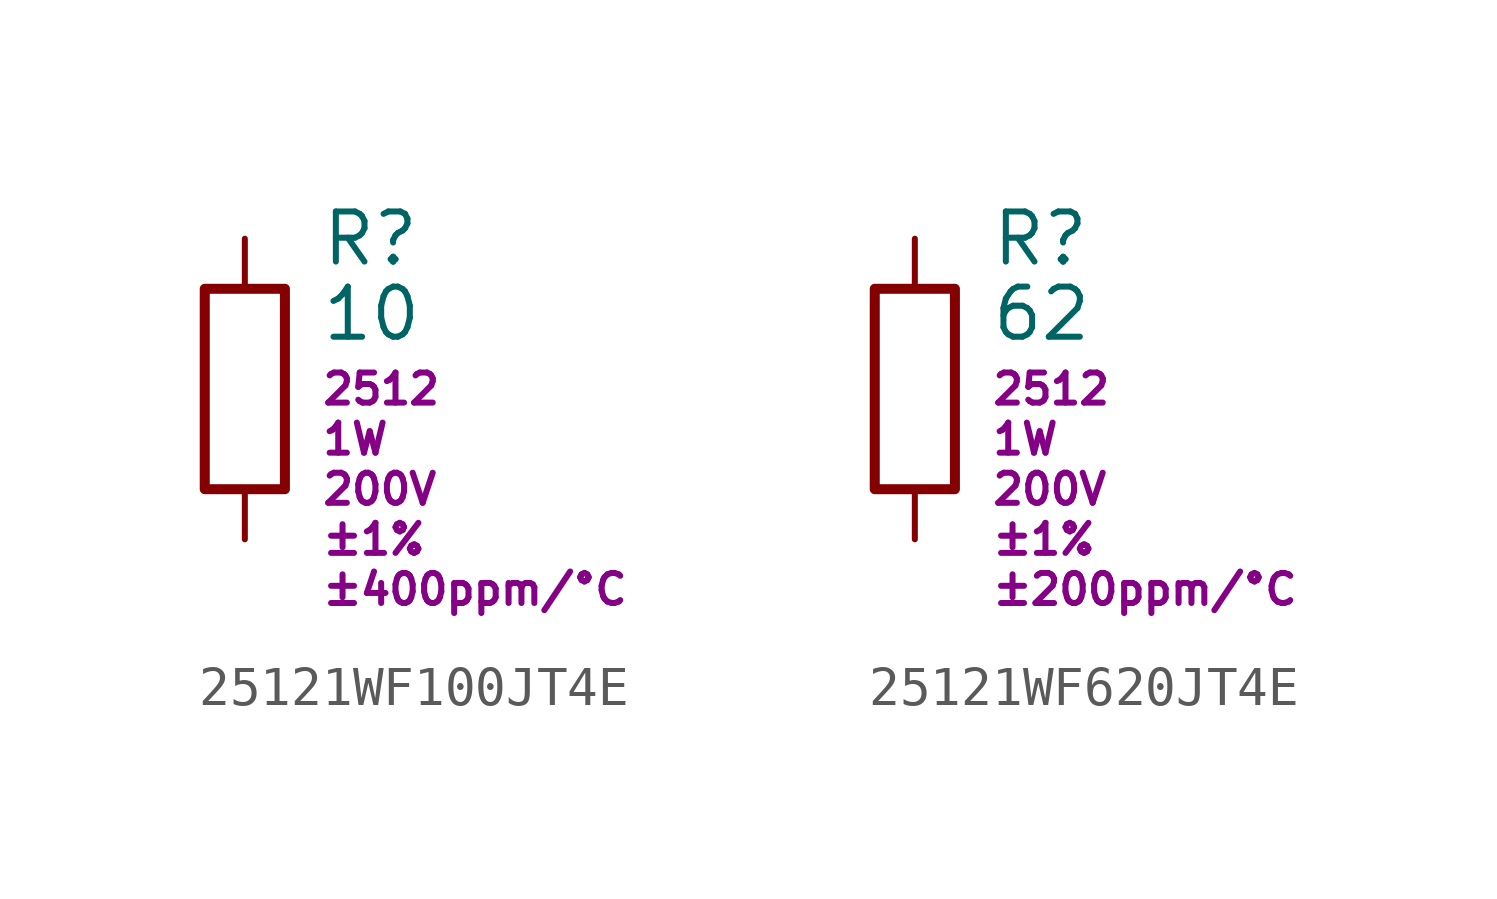
<source format=kicad_sym>
(kicad_symbol_lib
  (version 20220914)
  (generator kicad_symbol_editor)
  (symbol "25121WF100JT4E"
    (pin_numbers hide)
    (pin_names
      (offset 0))
    (property "Reference" "R"
      (at 1.905 3.81 0)
      (effects (font (size 1.27 1.27)) (justify left)))
    (property "Value" "10"
      (at 1.905 1.905 0)
      (effects (font (size 1.27 1.27)) (justify left)))
    (property "Package" "2512"
      (at 1.905 0 0)
      (effects (font (size 0.762 0.762)) (justify left)))
    (property "Power" "1W"
      (at 1.905 -1.27 0)
      (effects (font (size 0.762 0.762)) (justify left)))
    (property "Voltage" "200V"
      (at 1.905 -2.54 0)
      (effects (font (size 0.762 0.762)) (justify left)))
    (property "TOL" "±1%"
      (at 1.905 -3.81 0)
      (effects (font (size 0.762 0.762)) (justify left)))
    (property "TCR" "±400ppm/°C"
      (at 1.905 -5.08 0)
      (effects (font (size 0.762 0.762)) (justify left)))
    (property "Assembly" ""
      (at 5.715 3.81 0)
      (effects (font (size 1.27 1.27)) (justify left)))
    (symbol "25121WF100JT4E_0_1"
      (rectangle (start -1.016 2.54) (end 1.016 -2.54) (stroke (width 0.254) (type default)) (fill (type none))))
    (symbol "25121WF100JT4E_1_1"
      (pin passive line (at 0 3.81 270) (length 1.27) (name "~" (effects (font (size 1.27 1.27)))) (number "1" (effects (font (size 1.27 1.27)))))
      (pin passive line (at 0 -3.81 90) (length 1.27) (name "~" (effects (font (size 1.27 1.27)))) (number "2" (effects (font (size 1.27 1.27)))))))
  (symbol "25121WF620JT4E"
    (pin_numbers hide)
    (pin_names
      (offset 0))
    (property "Reference" "R"
      (at 1.905 3.81 0)
      (effects (font (size 1.27 1.27)) (justify left)))
    (property "Value" "62"
      (at 1.905 1.905 0)
      (effects (font (size 1.27 1.27)) (justify left)))
    (property "Package" "2512"
      (at 1.905 0 0)
      (effects (font (size 0.762 0.762)) (justify left)))
    (property "Power" "1W"
      (at 1.905 -1.27 0)
      (effects (font (size 0.762 0.762)) (justify left)))
    (property "Voltage" "200V"
      (at 1.905 -2.54 0)
      (effects (font (size 0.762 0.762)) (justify left)))
    (property "TOL" "±1%"
      (at 1.905 -3.81 0)
      (effects (font (size 0.762 0.762)) (justify left)))
    (property "TCR" "±200ppm/°C"
      (at 1.905 -5.08 0)
      (effects (font (size 0.762 0.762)) (justify left)))
    (property "Assembly" ""
      (at 5.715 3.81 0)
      (effects (font (size 1.27 1.27)) (justify left)))
    (symbol "25121WF620JT4E_0_1"
      (rectangle (start -1.016 2.54) (end 1.016 -2.54) (stroke (width 0.254) (type default)) (fill (type none))))
    (symbol "25121WF620JT4E_1_1"
      (pin passive line (at 0 3.81 270) (length 1.27) (name "~" (effects (font (size 1.27 1.27)))) (number "1" (effects (font (size 1.27 1.27)))))
      (pin passive line (at 0 -3.81 90) (length 1.27) (name "~" (effects (font (size 1.27 1.27)))) (number "2" (effects (font (size 1.27 1.27))))))))
</source>
